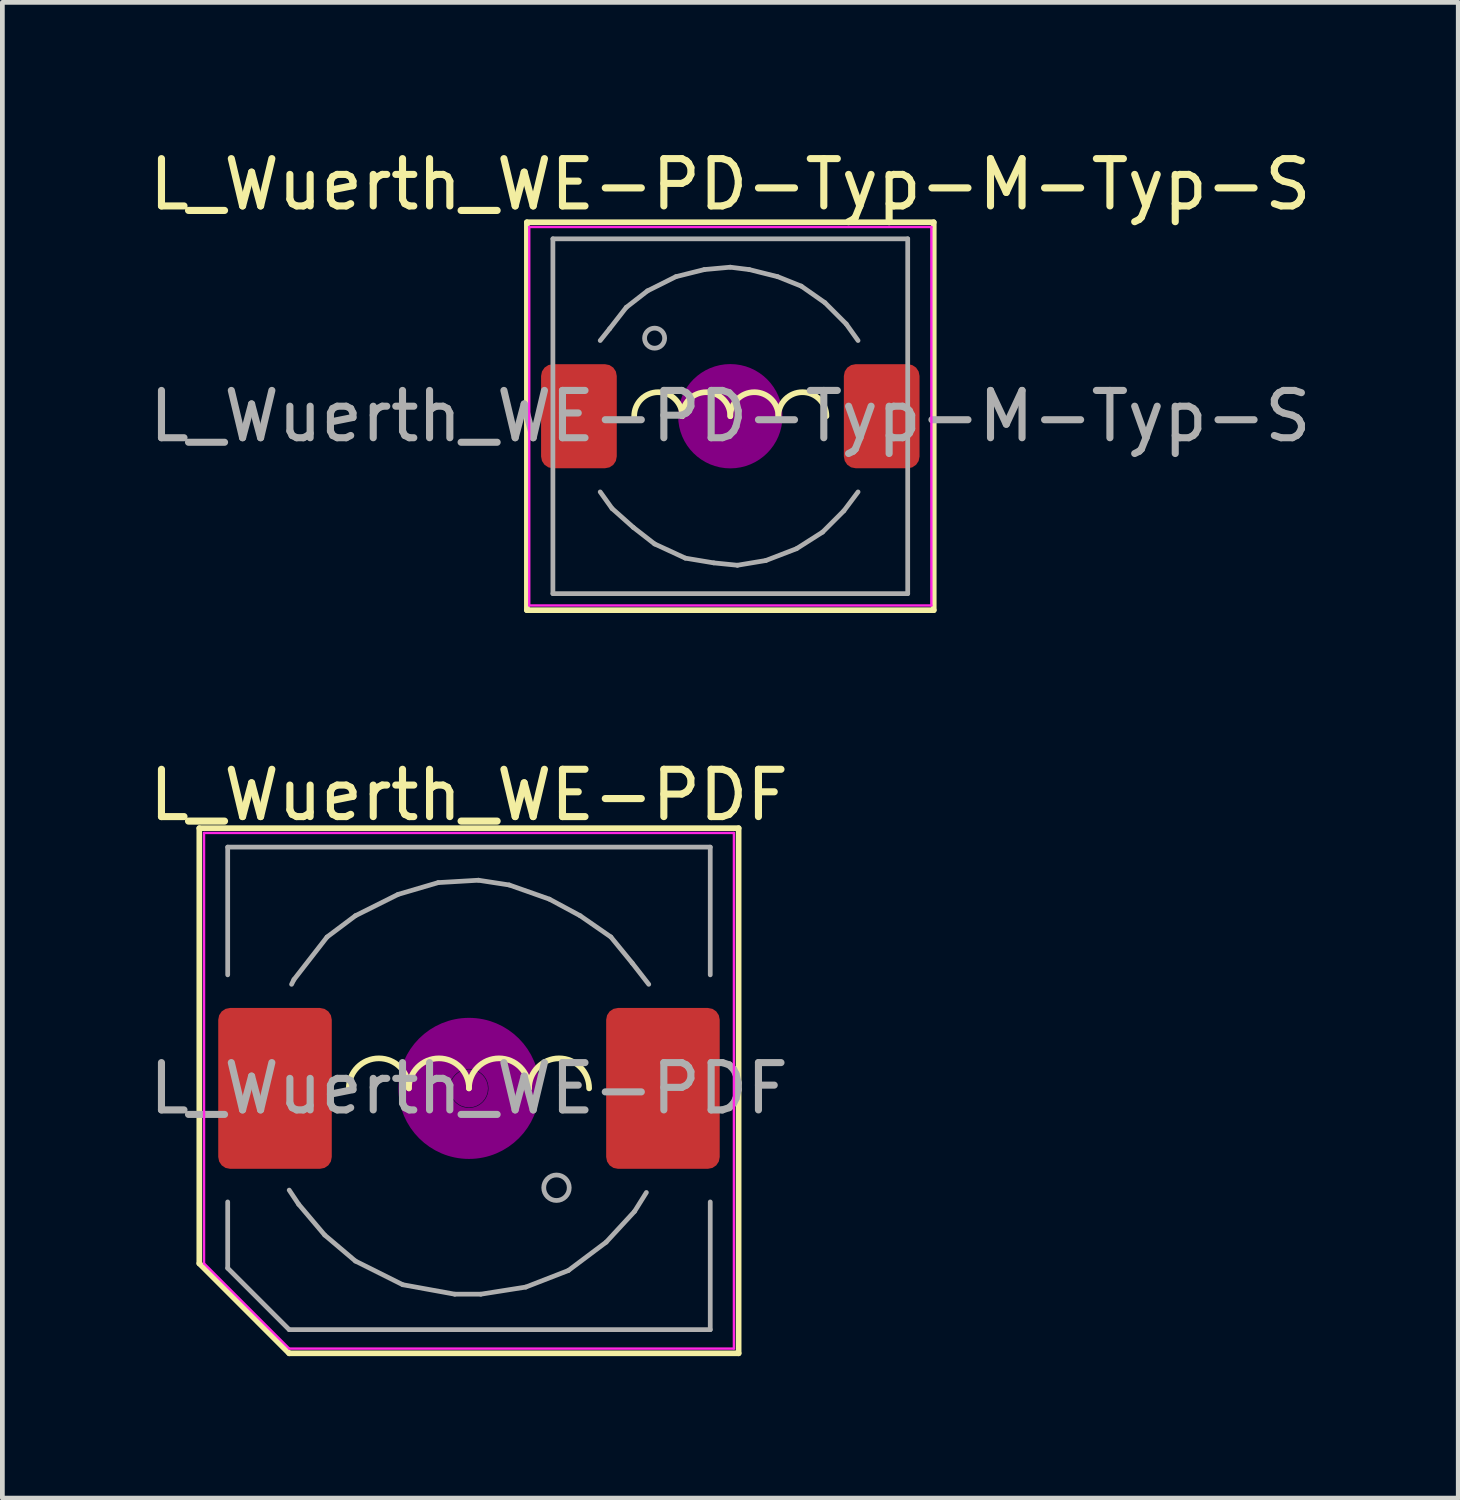
<source format=kicad_pcb>
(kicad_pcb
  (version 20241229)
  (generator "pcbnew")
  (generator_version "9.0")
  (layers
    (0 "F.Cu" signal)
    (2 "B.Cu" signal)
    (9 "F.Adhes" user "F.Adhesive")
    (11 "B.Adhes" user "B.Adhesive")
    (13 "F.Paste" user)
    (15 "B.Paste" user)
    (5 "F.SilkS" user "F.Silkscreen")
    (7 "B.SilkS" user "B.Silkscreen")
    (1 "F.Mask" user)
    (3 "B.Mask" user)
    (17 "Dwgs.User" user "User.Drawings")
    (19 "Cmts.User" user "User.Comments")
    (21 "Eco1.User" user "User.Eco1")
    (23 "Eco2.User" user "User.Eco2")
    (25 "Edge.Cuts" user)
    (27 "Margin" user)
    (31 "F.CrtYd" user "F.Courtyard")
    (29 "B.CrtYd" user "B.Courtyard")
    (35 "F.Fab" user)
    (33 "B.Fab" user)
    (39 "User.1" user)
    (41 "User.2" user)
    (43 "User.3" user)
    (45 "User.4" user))
  (footprint "L_Wuerth_WE-PDF"
    (layer "F.Cu")
    (at 6.863 19.956)
    (property "Reference" "L_Wuerth_WE-PDF" (at 0 -6.2 0) (layer "F.SilkS") (effects (font (size 1 1) (thickness 0.15))))
    (attr smd)
    (fp_line (start -5.7 -5.5) (end -5.7 3.7) (stroke (width 0.12) (type solid)) (layer "F.SilkS"))
    (fp_line (start -5.7 3.7) (end -3.8 5.6) (stroke (width 0.12) (type solid)) (layer "F.SilkS"))
    (fp_line (start -3.8 5.6) (end 5.7 5.6) (stroke (width 0.12) (type solid)) (layer "F.SilkS"))
    (fp_line (start 5.7 -5.5) (end -5.7 -5.5) (stroke (width 0.12) (type solid)) (layer "F.SilkS"))
    (fp_line (start 5.7 5.6) (end 5.7 -5.5) (stroke (width 0.12) (type solid)) (layer "F.SilkS"))
    (fp_arc (start -2.54 0) (mid -1.905 -0.635) (end -1.27 0) (stroke (width 0.12) (type solid)) (layer "F.SilkS"))
    (fp_arc (start -1.27 0) (mid -0.635 -0.635) (end 0 0) (stroke (width 0.12) (type solid)) (layer "F.SilkS"))
    (fp_arc (start 0 0) (mid 0.635 -0.635) (end 1.27 0) (stroke (width 0.12) (type solid)) (layer "F.SilkS"))
    (fp_arc (start 1.27 0) (mid 1.905 -0.635) (end 2.54 0) (stroke (width 0.12) (type solid)) (layer "F.SilkS"))
    (fp_circle (center 0 0) (end 0.15 0.15) (stroke (width 0.38) (type solid)) (fill no) (layer "F.Adhes"))
    (fp_circle (center 0 0) (end 0.6 0.05) (stroke (width 0.38) (type solid)) (fill no) (layer "F.Adhes"))
    (fp_circle (center 0 0) (end 0.95 0) (stroke (width 0.38) (type solid)) (fill no) (layer "F.Adhes"))
    (fp_circle (center 0 0) (end 1.3 0.05) (stroke (width 0.38) (type solid)) (fill no) (layer "F.Adhes"))
    (fp_line (start -5.6 -5.4) (end 5.6 -5.4) (stroke (width 0.05) (type solid)) (layer "F.CrtYd"))
    (fp_line (start -5.6 3.7) (end -5.6 -5.4) (stroke (width 0.05) (type solid)) (layer "F.CrtYd"))
    (fp_line (start -3.8 5.5) (end -5.6 3.7) (stroke (width 0.05) (type solid)) (layer "F.CrtYd"))
    (fp_line (start 5.6 -5.4) (end 5.6 5.5) (stroke (width 0.05) (type solid)) (layer "F.CrtYd"))
    (fp_line (start 5.6 5.5) (end -3.8 5.5) (stroke (width 0.05) (type solid)) (layer "F.CrtYd"))
    (fp_line (start -5.1 -5.1) (end -5.1 -2.4) (stroke (width 0.1) (type solid)) (layer "F.Fab"))
    (fp_line (start -5.1 2.4) (end -5.1 3.8) (stroke (width 0.1) (type solid)) (layer "F.Fab"))
    (fp_line (start -5.1 3.8) (end -3.8 5.1) (stroke (width 0.1) (type solid)) (layer "F.Fab"))
    (fp_line (start -3.8 2.15) (end -3.6 2.45) (stroke (width 0.1) (type solid)) (layer "F.Fab"))
    (fp_line (start -3.7 -2.3) (end -3.75 -2.2) (stroke (width 0.1) (type solid)) (layer "F.Fab"))
    (fp_line (start -3.6 2.45) (end -3.05 3.1) (stroke (width 0.1) (type solid)) (layer "F.Fab"))
    (fp_line (start -3.05 3.1) (end -2.4 3.65) (stroke (width 0.1) (type solid)) (layer "F.Fab"))
    (fp_line (start -3 -3.2) (end -3.7 -2.3) (stroke (width 0.1) (type solid)) (layer "F.Fab"))
    (fp_line (start -2.4 -3.65) (end -3 -3.2) (stroke (width 0.1) (type solid)) (layer "F.Fab"))
    (fp_line (start -2.4 3.65) (end -1.4 4.15) (stroke (width 0.1) (type solid)) (layer "F.Fab"))
    (fp_line (start -1.5 -4.1) (end -2.4 -3.65) (stroke (width 0.1) (type solid)) (layer "F.Fab"))
    (fp_line (start -1.4 4.15) (end -0.3 4.35) (stroke (width 0.1) (type solid)) (layer "F.Fab"))
    (fp_line (start -0.65 -4.35) (end -1.5 -4.1) (stroke (width 0.1) (type solid)) (layer "F.Fab"))
    (fp_line (start -0.3 4.35) (end 0.25 4.35) (stroke (width 0.1) (type solid)) (layer "F.Fab"))
    (fp_line (start 0.2 -4.4) (end -0.65 -4.35) (stroke (width 0.1) (type solid)) (layer "F.Fab"))
    (fp_line (start 0.25 4.35) (end 1.2 4.2) (stroke (width 0.1) (type solid)) (layer "F.Fab"))
    (fp_line (start 0.85 -4.3) (end 0.2 -4.4) (stroke (width 0.1) (type solid)) (layer "F.Fab"))
    (fp_line (start 1.2 4.2) (end 2.1 3.85) (stroke (width 0.1) (type solid)) (layer "F.Fab"))
    (fp_line (start 1.7 -4) (end 0.85 -4.3) (stroke (width 0.1) (type solid)) (layer "F.Fab"))
    (fp_line (start 2.1 3.85) (end 2.9 3.25) (stroke (width 0.1) (type solid)) (layer "F.Fab"))
    (fp_line (start 2.35 -3.65) (end 1.7 -4) (stroke (width 0.1) (type solid)) (layer "F.Fab"))
    (fp_line (start 2.9 3.25) (end 3.5 2.6) (stroke (width 0.1) (type solid)) (layer "F.Fab"))
    (fp_line (start 3 -3.2) (end 2.35 -3.65) (stroke (width 0.1) (type solid)) (layer "F.Fab"))
    (fp_line (start 3.45 -2.65) (end 3 -3.2) (stroke (width 0.1) (type solid)) (layer "F.Fab"))
    (fp_line (start 3.5 2.6) (end 3.75 2.2) (stroke (width 0.1) (type solid)) (layer "F.Fab"))
    (fp_line (start 3.8 -2.2) (end 3.45 -2.65) (stroke (width 0.1) (type solid)) (layer "F.Fab"))
    (fp_line (start 5.1 -5.1) (end -5.1 -5.1) (stroke (width 0.1) (type solid)) (layer "F.Fab"))
    (fp_line (start 5.1 -5.1) (end 5.1 -2.4) (stroke (width 0.1) (type solid)) (layer "F.Fab"))
    (fp_line (start 5.1 5.1) (end -3.8 5.1) (stroke (width 0.1) (type solid)) (layer "F.Fab"))
    (fp_line (start 5.1 5.1) (end 5.1 2.4) (stroke (width 0.1) (type solid)) (layer "F.Fab"))
    (fp_circle (center 1.85 2.1) (end 2.1 2.2) (stroke (width 0.1) (type solid)) (fill no) (layer "F.Fab"))
    (fp_text user "${REFERENCE}" (at 0 0 0) (layer "F.Fab") (effects (font (size 1 1) (thickness 0.15))))
    (pad "1" smd roundrect (at -4.1 0) (size 2.4 3.4) (layers "F.Cu" "F.Mask" "F.Paste") (roundrect_rratio 0.104))
    (pad "2" smd roundrect (at 4.1 0) (size 2.4 3.4) (layers "F.Cu" "F.Mask" "F.Paste") (roundrect_rratio 0.104)))
  (footprint "L_Wuerth_WE-PD-Typ-M-Typ-S"
    (layer "F.Cu")
    (at 12.387 5.748)
    (property "Reference" "L_Wuerth_WE-PD-Typ-M-Typ-S" (at 0 -4.9 0) (layer "F.SilkS") (effects (font (size 1 1) (thickness 0.15))))
    (attr smd)
    (fp_line (start -4.3 -4.1) (end -4.3 4.1) (stroke (width 0.12) (type solid)) (layer "F.SilkS"))
    (fp_line (start -4.3 4.1) (end 4.3 4.1) (stroke (width 0.12) (type solid)) (layer "F.SilkS"))
    (fp_line (start 4.3 -4.1) (end -4.3 -4.1) (stroke (width 0.12) (type solid)) (layer "F.SilkS"))
    (fp_line (start 4.3 4.1) (end 4.3 -4.1) (stroke (width 0.12) (type solid)) (layer "F.SilkS"))
    (fp_arc (start -2.032 0) (mid -1.524 -0.508) (end -1.016 0) (stroke (width 0.12) (type solid)) (layer "F.SilkS"))
    (fp_arc (start -1.016 0) (mid -0.508 -0.508) (end 0 0) (stroke (width 0.12) (type solid)) (layer "F.SilkS"))
    (fp_arc (start 0 0) (mid 0.508 -0.508) (end 1.016 0) (stroke (width 0.12) (type solid)) (layer "F.SilkS"))
    (fp_arc (start 1.016 0) (mid 1.524 -0.508) (end 2.032 0) (stroke (width 0.12) (type solid)) (layer "F.SilkS"))
    (fp_circle (center 0 0) (end 0.15 0.15) (stroke (width 0.38) (type solid)) (fill no) (layer "F.Adhes"))
    (fp_circle (center 0 0) (end 0.55 0.05) (stroke (width 0.38) (type solid)) (fill no) (layer "F.Adhes"))
    (fp_circle (center 0 0) (end 0.9 0.15) (stroke (width 0.38) (type solid)) (fill no) (layer "F.Adhes"))
    (fp_line (start -4.25 -4) (end 4.25 -4) (stroke (width 0.05) (type solid)) (layer "F.CrtYd"))
    (fp_line (start -4.25 4) (end -4.25 -4) (stroke (width 0.05) (type solid)) (layer "F.CrtYd"))
    (fp_line (start 4.25 -4) (end 4.25 4) (stroke (width 0.05) (type solid)) (layer "F.CrtYd"))
    (fp_line (start 4.25 4) (end -4.25 4) (stroke (width 0.05) (type solid)) (layer "F.CrtYd"))
    (fp_line (start -3.75 -3.75) (end -3.75 3.75) (stroke (width 0.1) (type solid)) (layer "F.Fab"))
    (fp_line (start -3.75 3.75) (end 3.75 3.75) (stroke (width 0.1) (type solid)) (layer "F.Fab"))
    (fp_line (start -2.75 1.6) (end -2.5 1.95) (stroke (width 0.1) (type solid)) (layer "F.Fab"))
    (fp_line (start -2.55 -1.85) (end -2.75 -1.6) (stroke (width 0.1) (type solid)) (layer "F.Fab"))
    (fp_line (start -2.5 1.95) (end -2.05 2.35) (stroke (width 0.1) (type solid)) (layer "F.Fab"))
    (fp_line (start -2.2 -2.3) (end -2.55 -1.85) (stroke (width 0.1) (type solid)) (layer "F.Fab"))
    (fp_line (start -2.05 2.35) (end -1.6 2.7) (stroke (width 0.1) (type solid)) (layer "F.Fab"))
    (fp_line (start -1.75 -2.65) (end -2.2 -2.3) (stroke (width 0.1) (type solid)) (layer "F.Fab"))
    (fp_line (start -1.6 2.7) (end -0.95 3) (stroke (width 0.1) (type solid)) (layer "F.Fab"))
    (fp_line (start -1.15 -2.95) (end -1.75 -2.65) (stroke (width 0.1) (type solid)) (layer "F.Fab"))
    (fp_line (start -0.95 3) (end -0.35 3.1) (stroke (width 0.1) (type solid)) (layer "F.Fab"))
    (fp_line (start -0.55 -3.1) (end -1.15 -2.95) (stroke (width 0.1) (type solid)) (layer "F.Fab"))
    (fp_line (start -0.35 3.1) (end 0.15 3.15) (stroke (width 0.1) (type solid)) (layer "F.Fab"))
    (fp_line (start 0 -3.15) (end -0.55 -3.1) (stroke (width 0.1) (type solid)) (layer "F.Fab"))
    (fp_line (start 0.15 3.15) (end 0.75 3.05) (stroke (width 0.1) (type solid)) (layer "F.Fab"))
    (fp_line (start 0.4 -3.1) (end 0 -3.15) (stroke (width 0.1) (type solid)) (layer "F.Fab"))
    (fp_line (start 0.75 3.05) (end 1.4 2.8) (stroke (width 0.1) (type solid)) (layer "F.Fab"))
    (fp_line (start 1 -2.95) (end 0.4 -3.1) (stroke (width 0.1) (type solid)) (layer "F.Fab"))
    (fp_line (start 1.4 2.8) (end 1.95 2.45) (stroke (width 0.1) (type solid)) (layer "F.Fab"))
    (fp_line (start 1.5 -2.75) (end 1 -2.95) (stroke (width 0.1) (type solid)) (layer "F.Fab"))
    (fp_line (start 1.95 2.45) (end 2.4 2) (stroke (width 0.1) (type solid)) (layer "F.Fab"))
    (fp_line (start 2 -2.4) (end 1.5 -2.75) (stroke (width 0.1) (type solid)) (layer "F.Fab"))
    (fp_line (start 2.4 2) (end 2.7 1.6) (stroke (width 0.1) (type solid)) (layer "F.Fab"))
    (fp_line (start 2.45 -1.95) (end 2 -2.4) (stroke (width 0.1) (type solid)) (layer "F.Fab"))
    (fp_line (start 2.7 -1.6) (end 2.45 -1.95) (stroke (width 0.1) (type solid)) (layer "F.Fab"))
    (fp_line (start 3.75 -3.75) (end -3.75 -3.75) (stroke (width 0.1) (type solid)) (layer "F.Fab"))
    (fp_line (start 3.75 3.75) (end 3.75 -3.75) (stroke (width 0.1) (type solid)) (layer "F.Fab"))
    (fp_circle (center -1.6 -1.65) (end -1.45 -1.5) (stroke (width 0.1) (type solid)) (fill no) (layer "F.Fab"))
    (fp_text user "${REFERENCE}" (at 0 0 0) (layer "F.Fab") (effects (font (size 1 1) (thickness 0.15))))
    (pad "1" smd roundrect (at -3.2 0) (size 1.6 2.2) (layers "F.Cu" "F.Mask" "F.Paste") (roundrect_rratio 0.156))
    (pad "2" smd roundrect (at 3.2 0) (size 1.6 2.2) (layers "F.Cu" "F.Mask" "F.Paste") (roundrect_rratio 0.156)))
  (gr_rect
    (start -3 -3)
    (end 27.774 28.616)
    (stroke (width 0.1) (type default))
    (fill no)
    (layer "Edge.Cuts")))
</source>
